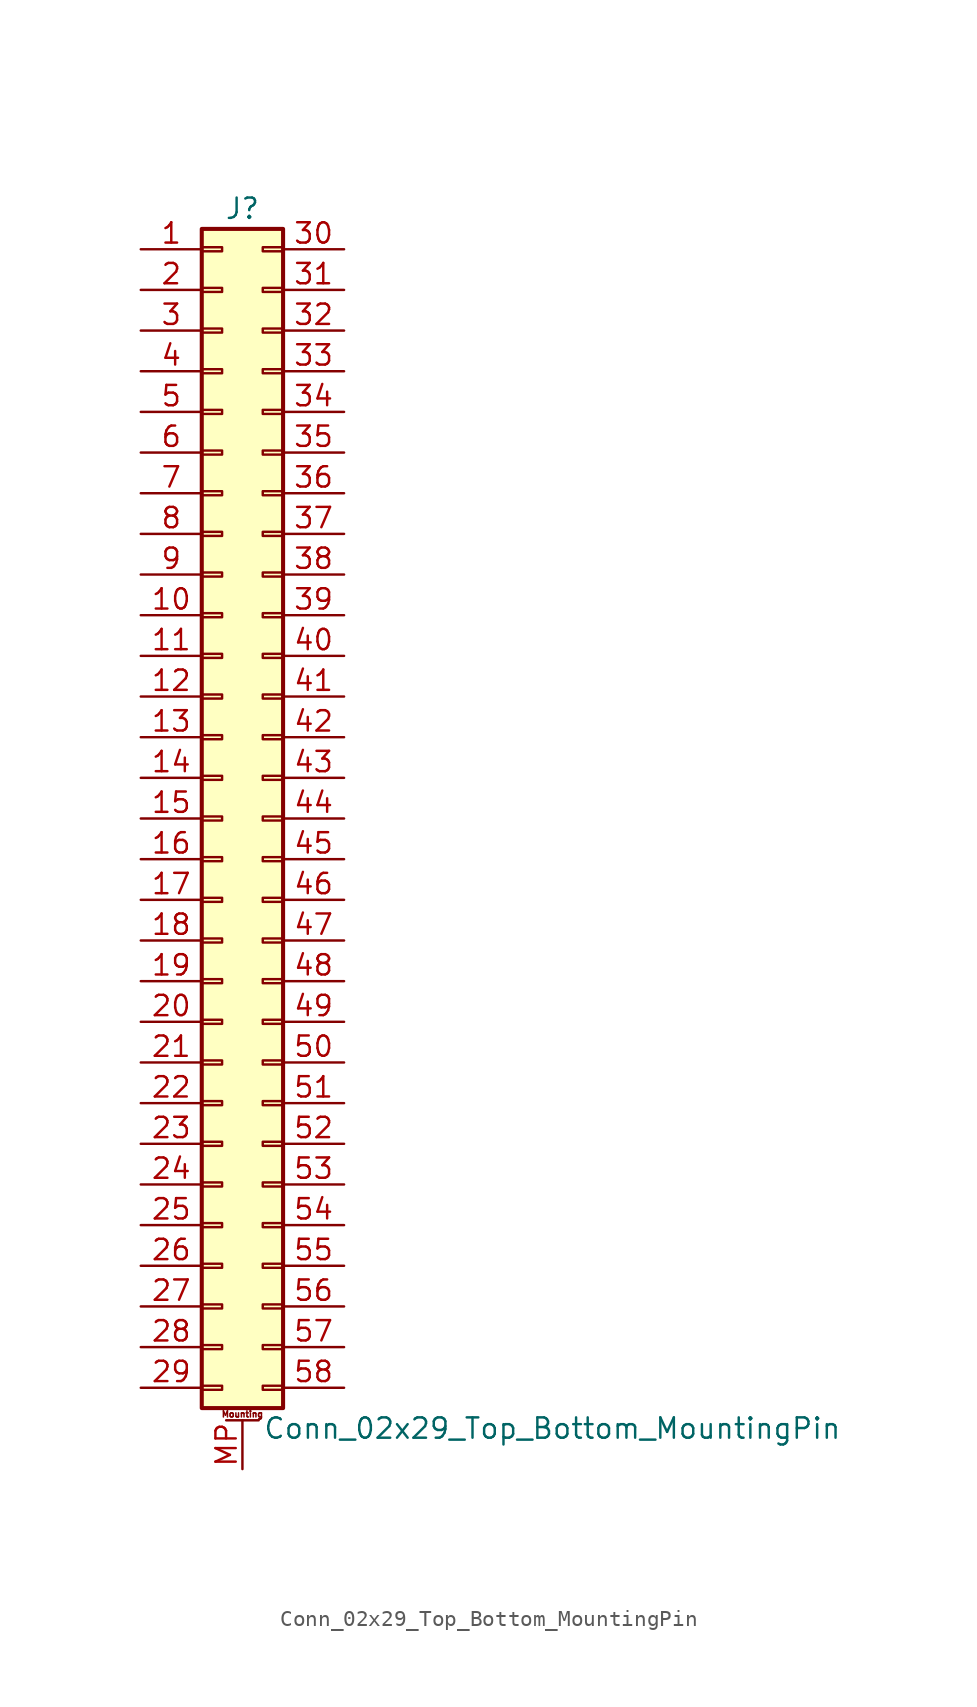
<source format=kicad_sym>
(kicad_symbol_lib
  (version 20201005)
  (generator kicad_symbol_editor)
  (symbol "Conn_02x29_Top_Bottom_MountingPin"
    (pin_names
      (offset 1.016) hide)
    (property "Reference" "J"
      (at 1.27 38.1 0)
      (effects (font (size 1.27 1.27))))
    (property "Value" "Conn_02x29_Top_Bottom_MountingPin"
      (at 2.54 -38.1 0)
      (effects (font (size 1.27 1.27)) (justify left)))
    (symbol "Conn_02x29_Top_Bottom_MountingPin_1_1"
      (text "Mounting" (at 1.27 -37.211 0) (effects (font (size 0.381 0.381))))
      (rectangle (start -1.27 -35.433) (end 0 -35.687) (stroke (width 0.152)) (fill (type none)))
      (rectangle (start -1.27 -32.893) (end 0 -33.147) (stroke (width 0.152)) (fill (type none)))
      (rectangle (start -1.27 -30.353) (end 0 -30.607) (stroke (width 0.152)) (fill (type none)))
      (rectangle (start -1.27 -27.813) (end 0 -28.067) (stroke (width 0.152)) (fill (type none)))
      (rectangle (start -1.27 -25.273) (end 0 -25.527) (stroke (width 0.152)) (fill (type none)))
      (rectangle (start -1.27 -22.733) (end 0 -22.987) (stroke (width 0.152)) (fill (type none)))
      (rectangle (start -1.27 -20.193) (end 0 -20.447) (stroke (width 0.152)) (fill (type none)))
      (rectangle (start -1.27 -17.653) (end 0 -17.907) (stroke (width 0.152)) (fill (type none)))
      (rectangle (start -1.27 -15.113) (end 0 -15.367) (stroke (width 0.152)) (fill (type none)))
      (rectangle (start -1.27 -12.573) (end 0 -12.827) (stroke (width 0.152)) (fill (type none)))
      (rectangle (start -1.27 -10.033) (end 0 -10.287) (stroke (width 0.152)) (fill (type none)))
      (rectangle (start -1.27 -7.493) (end 0 -7.747) (stroke (width 0.152)) (fill (type none)))
      (rectangle (start -1.27 -4.953) (end 0 -5.207) (stroke (width 0.152)) (fill (type none)))
      (rectangle (start -1.27 -2.413) (end 0 -2.667) (stroke (width 0.152)) (fill (type none)))
      (rectangle (start -1.27 0.127) (end 0 -0.127) (stroke (width 0.152)) (fill (type none)))
      (rectangle (start -1.27 2.667) (end 0 2.413) (stroke (width 0.152)) (fill (type none)))
      (rectangle (start -1.27 5.207) (end 0 4.953) (stroke (width 0.152)) (fill (type none)))
      (rectangle (start -1.27 7.747) (end 0 7.493) (stroke (width 0.152)) (fill (type none)))
      (rectangle (start -1.27 10.287) (end 0 10.033) (stroke (width 0.152)) (fill (type none)))
      (rectangle (start -1.27 12.827) (end 0 12.573) (stroke (width 0.152)) (fill (type none)))
      (rectangle (start -1.27 15.367) (end 0 15.113) (stroke (width 0.152)) (fill (type none)))
      (rectangle (start -1.27 17.907) (end 0 17.653) (stroke (width 0.152)) (fill (type none)))
      (rectangle (start -1.27 20.447) (end 0 20.193) (stroke (width 0.152)) (fill (type none)))
      (rectangle (start -1.27 22.987) (end 0 22.733) (stroke (width 0.152)) (fill (type none)))
      (rectangle (start -1.27 25.527) (end 0 25.273) (stroke (width 0.152)) (fill (type none)))
      (rectangle (start -1.27 28.067) (end 0 27.813) (stroke (width 0.152)) (fill (type none)))
      (rectangle (start -1.27 30.607) (end 0 30.353) (stroke (width 0.152)) (fill (type none)))
      (rectangle (start -1.27 33.147) (end 0 32.893) (stroke (width 0.152)) (fill (type none)))
      (rectangle (start -1.27 35.687) (end 0 35.433) (stroke (width 0.152)) (fill (type none)))
      (rectangle (start -1.27 36.83) (end 3.81 -36.83) (stroke (width 0.254)) (fill (type background)))
      (rectangle (start 3.81 -35.433) (end 2.54 -35.687) (stroke (width 0.152)) (fill (type none)))
      (rectangle (start 3.81 -32.893) (end 2.54 -33.147) (stroke (width 0.152)) (fill (type none)))
      (rectangle (start 3.81 -30.353) (end 2.54 -30.607) (stroke (width 0.152)) (fill (type none)))
      (rectangle (start 3.81 -27.813) (end 2.54 -28.067) (stroke (width 0.152)) (fill (type none)))
      (rectangle (start 3.81 -25.273) (end 2.54 -25.527) (stroke (width 0.152)) (fill (type none)))
      (rectangle (start 3.81 -22.733) (end 2.54 -22.987) (stroke (width 0.152)) (fill (type none)))
      (rectangle (start 3.81 -20.193) (end 2.54 -20.447) (stroke (width 0.152)) (fill (type none)))
      (rectangle (start 3.81 -17.653) (end 2.54 -17.907) (stroke (width 0.152)) (fill (type none)))
      (rectangle (start 3.81 -15.113) (end 2.54 -15.367) (stroke (width 0.152)) (fill (type none)))
      (rectangle (start 3.81 -12.573) (end 2.54 -12.827) (stroke (width 0.152)) (fill (type none)))
      (rectangle (start 3.81 -10.033) (end 2.54 -10.287) (stroke (width 0.152)) (fill (type none)))
      (rectangle (start 3.81 -7.493) (end 2.54 -7.747) (stroke (width 0.152)) (fill (type none)))
      (rectangle (start 3.81 -4.953) (end 2.54 -5.207) (stroke (width 0.152)) (fill (type none)))
      (rectangle (start 3.81 -2.413) (end 2.54 -2.667) (stroke (width 0.152)) (fill (type none)))
      (rectangle (start 3.81 0.127) (end 2.54 -0.127) (stroke (width 0.152)) (fill (type none)))
      (rectangle (start 3.81 2.667) (end 2.54 2.413) (stroke (width 0.152)) (fill (type none)))
      (rectangle (start 3.81 5.207) (end 2.54 4.953) (stroke (width 0.152)) (fill (type none)))
      (rectangle (start 3.81 7.747) (end 2.54 7.493) (stroke (width 0.152)) (fill (type none)))
      (rectangle (start 3.81 10.287) (end 2.54 10.033) (stroke (width 0.152)) (fill (type none)))
      (rectangle (start 3.81 12.827) (end 2.54 12.573) (stroke (width 0.152)) (fill (type none)))
      (rectangle (start 3.81 15.367) (end 2.54 15.113) (stroke (width 0.152)) (fill (type none)))
      (rectangle (start 3.81 17.907) (end 2.54 17.653) (stroke (width 0.152)) (fill (type none)))
      (rectangle (start 3.81 20.447) (end 2.54 20.193) (stroke (width 0.152)) (fill (type none)))
      (rectangle (start 3.81 22.987) (end 2.54 22.733) (stroke (width 0.152)) (fill (type none)))
      (rectangle (start 3.81 25.527) (end 2.54 25.273) (stroke (width 0.152)) (fill (type none)))
      (rectangle (start 3.81 28.067) (end 2.54 27.813) (stroke (width 0.152)) (fill (type none)))
      (rectangle (start 3.81 30.607) (end 2.54 30.353) (stroke (width 0.152)) (fill (type none)))
      (rectangle (start 3.81 33.147) (end 2.54 32.893) (stroke (width 0.152)) (fill (type none)))
      (rectangle (start 3.81 35.687) (end 2.54 35.433) (stroke (width 0.152)) (fill (type none)))
      (polyline (pts (xy 0.254 -37.592) (xy 2.286 -37.592)) (stroke (width 0.152)) (fill (type none)))
      (pin passive line (at -5.08 35.56 0) (length 3.81) (name "Pin_1" (effects (font (size 1.27 1.27)))) (number "1" (effects (font (size 1.27 1.27)))))
      (pin passive line (at -5.08 12.7 0) (length 3.81) (name "Pin_10" (effects (font (size 1.27 1.27)))) (number "10" (effects (font (size 1.27 1.27)))))
      (pin passive line (at -5.08 10.16 0) (length 3.81) (name "Pin_11" (effects (font (size 1.27 1.27)))) (number "11" (effects (font (size 1.27 1.27)))))
      (pin passive line (at -5.08 7.62 0) (length 3.81) (name "Pin_12" (effects (font (size 1.27 1.27)))) (number "12" (effects (font (size 1.27 1.27)))))
      (pin passive line (at -5.08 5.08 0) (length 3.81) (name "Pin_13" (effects (font (size 1.27 1.27)))) (number "13" (effects (font (size 1.27 1.27)))))
      (pin passive line (at -5.08 2.54 0) (length 3.81) (name "Pin_14" (effects (font (size 1.27 1.27)))) (number "14" (effects (font (size 1.27 1.27)))))
      (pin passive line (at -5.08 0 0) (length 3.81) (name "Pin_15" (effects (font (size 1.27 1.27)))) (number "15" (effects (font (size 1.27 1.27)))))
      (pin passive line (at -5.08 -2.54 0) (length 3.81) (name "Pin_16" (effects (font (size 1.27 1.27)))) (number "16" (effects (font (size 1.27 1.27)))))
      (pin passive line (at -5.08 -5.08 0) (length 3.81) (name "Pin_17" (effects (font (size 1.27 1.27)))) (number "17" (effects (font (size 1.27 1.27)))))
      (pin passive line (at -5.08 -7.62 0) (length 3.81) (name "Pin_18" (effects (font (size 1.27 1.27)))) (number "18" (effects (font (size 1.27 1.27)))))
      (pin passive line (at -5.08 -10.16 0) (length 3.81) (name "Pin_19" (effects (font (size 1.27 1.27)))) (number "19" (effects (font (size 1.27 1.27)))))
      (pin passive line (at -5.08 33.02 0) (length 3.81) (name "Pin_2" (effects (font (size 1.27 1.27)))) (number "2" (effects (font (size 1.27 1.27)))))
      (pin passive line (at -5.08 -12.7 0) (length 3.81) (name "Pin_20" (effects (font (size 1.27 1.27)))) (number "20" (effects (font (size 1.27 1.27)))))
      (pin passive line (at -5.08 -15.24 0) (length 3.81) (name "Pin_21" (effects (font (size 1.27 1.27)))) (number "21" (effects (font (size 1.27 1.27)))))
      (pin passive line (at -5.08 -17.78 0) (length 3.81) (name "Pin_22" (effects (font (size 1.27 1.27)))) (number "22" (effects (font (size 1.27 1.27)))))
      (pin passive line (at -5.08 -20.32 0) (length 3.81) (name "Pin_23" (effects (font (size 1.27 1.27)))) (number "23" (effects (font (size 1.27 1.27)))))
      (pin passive line (at -5.08 -22.86 0) (length 3.81) (name "Pin_24" (effects (font (size 1.27 1.27)))) (number "24" (effects (font (size 1.27 1.27)))))
      (pin passive line (at -5.08 -25.4 0) (length 3.81) (name "Pin_25" (effects (font (size 1.27 1.27)))) (number "25" (effects (font (size 1.27 1.27)))))
      (pin passive line (at -5.08 -27.94 0) (length 3.81) (name "Pin_26" (effects (font (size 1.27 1.27)))) (number "26" (effects (font (size 1.27 1.27)))))
      (pin passive line (at -5.08 -30.48 0) (length 3.81) (name "Pin_27" (effects (font (size 1.27 1.27)))) (number "27" (effects (font (size 1.27 1.27)))))
      (pin passive line (at -5.08 -33.02 0) (length 3.81) (name "Pin_28" (effects (font (size 1.27 1.27)))) (number "28" (effects (font (size 1.27 1.27)))))
      (pin passive line (at -5.08 -35.56 0) (length 3.81) (name "Pin_29" (effects (font (size 1.27 1.27)))) (number "29" (effects (font (size 1.27 1.27)))))
      (pin passive line (at -5.08 30.48 0) (length 3.81) (name "Pin_3" (effects (font (size 1.27 1.27)))) (number "3" (effects (font (size 1.27 1.27)))))
      (pin passive line (at 7.62 35.56 180) (length 3.81) (name "Pin_30" (effects (font (size 1.27 1.27)))) (number "30" (effects (font (size 1.27 1.27)))))
      (pin passive line (at 7.62 33.02 180) (length 3.81) (name "Pin_31" (effects (font (size 1.27 1.27)))) (number "31" (effects (font (size 1.27 1.27)))))
      (pin passive line (at 7.62 30.48 180) (length 3.81) (name "Pin_32" (effects (font (size 1.27 1.27)))) (number "32" (effects (font (size 1.27 1.27)))))
      (pin passive line (at 7.62 27.94 180) (length 3.81) (name "Pin_33" (effects (font (size 1.27 1.27)))) (number "33" (effects (font (size 1.27 1.27)))))
      (pin passive line (at 7.62 25.4 180) (length 3.81) (name "Pin_34" (effects (font (size 1.27 1.27)))) (number "34" (effects (font (size 1.27 1.27)))))
      (pin passive line (at 7.62 22.86 180) (length 3.81) (name "Pin_35" (effects (font (size 1.27 1.27)))) (number "35" (effects (font (size 1.27 1.27)))))
      (pin passive line (at 7.62 20.32 180) (length 3.81) (name "Pin_36" (effects (font (size 1.27 1.27)))) (number "36" (effects (font (size 1.27 1.27)))))
      (pin passive line (at 7.62 17.78 180) (length 3.81) (name "Pin_37" (effects (font (size 1.27 1.27)))) (number "37" (effects (font (size 1.27 1.27)))))
      (pin passive line (at 7.62 15.24 180) (length 3.81) (name "Pin_38" (effects (font (size 1.27 1.27)))) (number "38" (effects (font (size 1.27 1.27)))))
      (pin passive line (at 7.62 12.7 180) (length 3.81) (name "Pin_39" (effects (font (size 1.27 1.27)))) (number "39" (effects (font (size 1.27 1.27)))))
      (pin passive line (at -5.08 27.94 0) (length 3.81) (name "Pin_4" (effects (font (size 1.27 1.27)))) (number "4" (effects (font (size 1.27 1.27)))))
      (pin passive line (at 7.62 10.16 180) (length 3.81) (name "Pin_40" (effects (font (size 1.27 1.27)))) (number "40" (effects (font (size 1.27 1.27)))))
      (pin passive line (at 7.62 7.62 180) (length 3.81) (name "Pin_41" (effects (font (size 1.27 1.27)))) (number "41" (effects (font (size 1.27 1.27)))))
      (pin passive line (at 7.62 5.08 180) (length 3.81) (name "Pin_42" (effects (font (size 1.27 1.27)))) (number "42" (effects (font (size 1.27 1.27)))))
      (pin passive line (at 7.62 2.54 180) (length 3.81) (name "Pin_43" (effects (font (size 1.27 1.27)))) (number "43" (effects (font (size 1.27 1.27)))))
      (pin passive line (at 7.62 0 180) (length 3.81) (name "Pin_44" (effects (font (size 1.27 1.27)))) (number "44" (effects (font (size 1.27 1.27)))))
      (pin passive line (at 7.62 -2.54 180) (length 3.81) (name "Pin_45" (effects (font (size 1.27 1.27)))) (number "45" (effects (font (size 1.27 1.27)))))
      (pin passive line (at 7.62 -5.08 180) (length 3.81) (name "Pin_46" (effects (font (size 1.27 1.27)))) (number "46" (effects (font (size 1.27 1.27)))))
      (pin passive line (at 7.62 -7.62 180) (length 3.81) (name "Pin_47" (effects (font (size 1.27 1.27)))) (number "47" (effects (font (size 1.27 1.27)))))
      (pin passive line (at 7.62 -10.16 180) (length 3.81) (name "Pin_48" (effects (font (size 1.27 1.27)))) (number "48" (effects (font (size 1.27 1.27)))))
      (pin passive line (at 7.62 -12.7 180) (length 3.81) (name "Pin_49" (effects (font (size 1.27 1.27)))) (number "49" (effects (font (size 1.27 1.27)))))
      (pin passive line (at -5.08 25.4 0) (length 3.81) (name "Pin_5" (effects (font (size 1.27 1.27)))) (number "5" (effects (font (size 1.27 1.27)))))
      (pin passive line (at 7.62 -15.24 180) (length 3.81) (name "Pin_50" (effects (font (size 1.27 1.27)))) (number "50" (effects (font (size 1.27 1.27)))))
      (pin passive line (at 7.62 -17.78 180) (length 3.81) (name "Pin_51" (effects (font (size 1.27 1.27)))) (number "51" (effects (font (size 1.27 1.27)))))
      (pin passive line (at 7.62 -20.32 180) (length 3.81) (name "Pin_52" (effects (font (size 1.27 1.27)))) (number "52" (effects (font (size 1.27 1.27)))))
      (pin passive line (at 7.62 -22.86 180) (length 3.81) (name "Pin_53" (effects (font (size 1.27 1.27)))) (number "53" (effects (font (size 1.27 1.27)))))
      (pin passive line (at 7.62 -25.4 180) (length 3.81) (name "Pin_54" (effects (font (size 1.27 1.27)))) (number "54" (effects (font (size 1.27 1.27)))))
      (pin passive line (at 7.62 -27.94 180) (length 3.81) (name "Pin_55" (effects (font (size 1.27 1.27)))) (number "55" (effects (font (size 1.27 1.27)))))
      (pin passive line (at 7.62 -30.48 180) (length 3.81) (name "Pin_56" (effects (font (size 1.27 1.27)))) (number "56" (effects (font (size 1.27 1.27)))))
      (pin passive line (at 7.62 -33.02 180) (length 3.81) (name "Pin_57" (effects (font (size 1.27 1.27)))) (number "57" (effects (font (size 1.27 1.27)))))
      (pin passive line (at 7.62 -35.56 180) (length 3.81) (name "Pin_58" (effects (font (size 1.27 1.27)))) (number "58" (effects (font (size 1.27 1.27)))))
      (pin passive line (at -5.08 22.86 0) (length 3.81) (name "Pin_6" (effects (font (size 1.27 1.27)))) (number "6" (effects (font (size 1.27 1.27)))))
      (pin passive line (at -5.08 20.32 0) (length 3.81) (name "Pin_7" (effects (font (size 1.27 1.27)))) (number "7" (effects (font (size 1.27 1.27)))))
      (pin passive line (at -5.08 17.78 0) (length 3.81) (name "Pin_8" (effects (font (size 1.27 1.27)))) (number "8" (effects (font (size 1.27 1.27)))))
      (pin passive line (at -5.08 15.24 0) (length 3.81) (name "Pin_9" (effects (font (size 1.27 1.27)))) (number "9" (effects (font (size 1.27 1.27)))))
      (pin passive line (at 1.27 -40.64 90) (length 3.048) (name "MountPin" (effects (font (size 1.27 1.27)))) (number "MP" (effects (font (size 1.27 1.27))))))))
</source>
